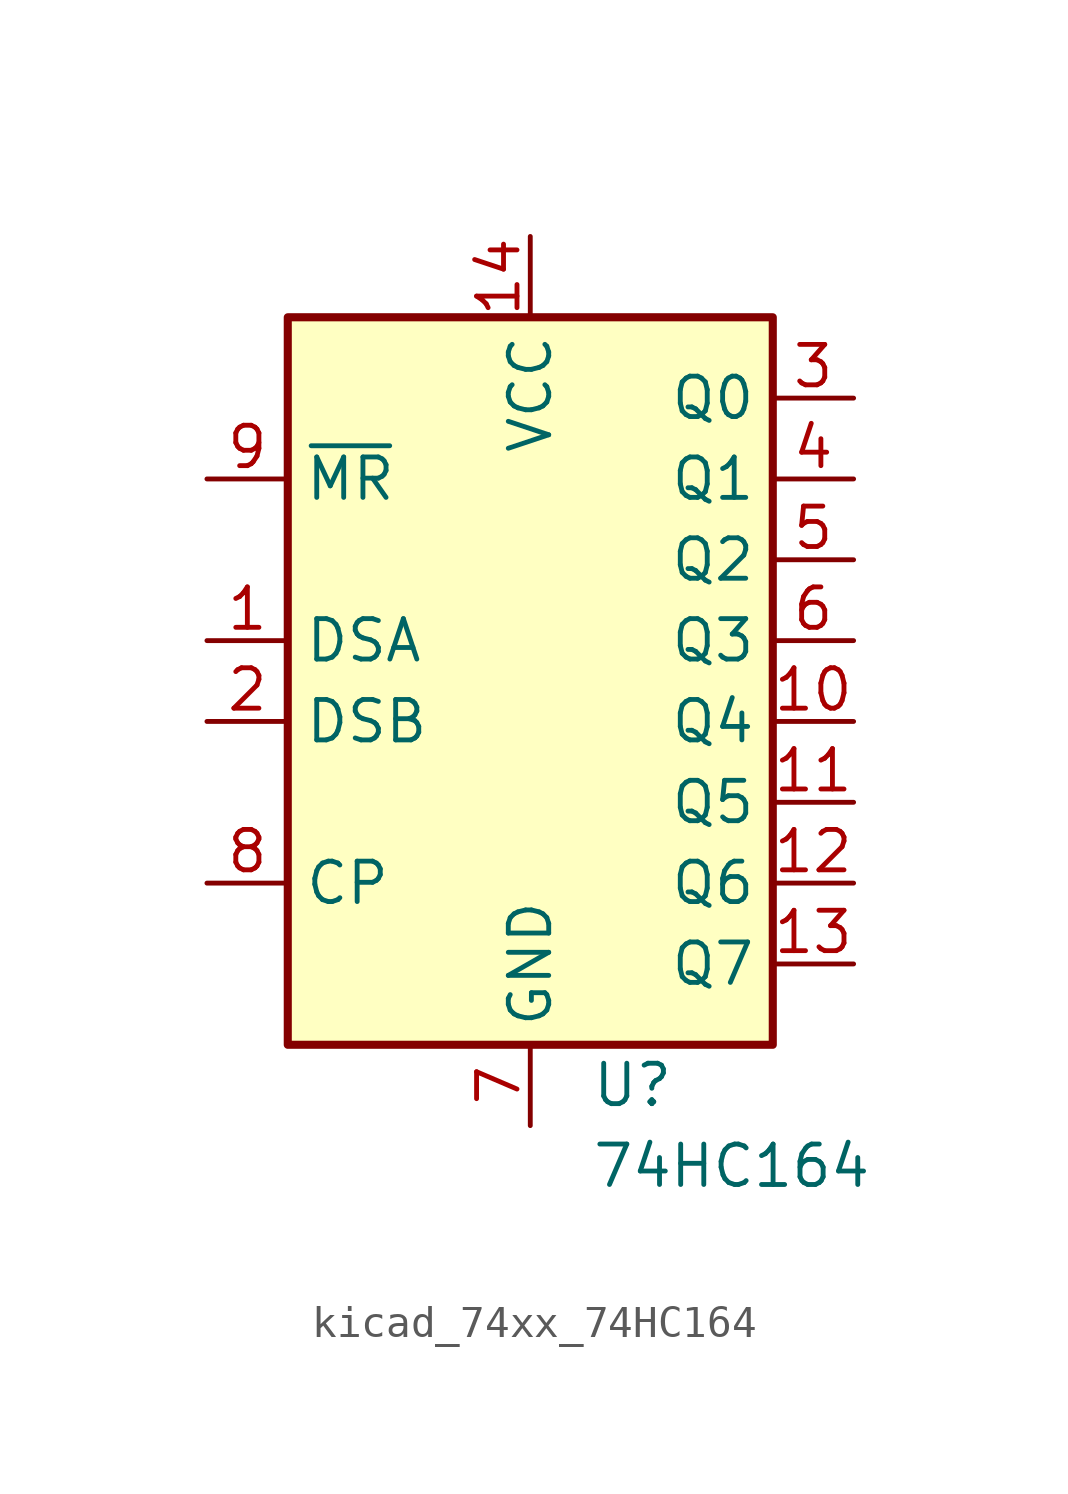
<source format=kicad_sym>
(kicad_symbol_lib
  (version 20220914)
  (generator kicad_symbol_editor)
  (symbol "kicad_74xx_74HC164"
    (property "Reference" "U"
      (at 1.905 -13.97 0)
      (effects (font (size 1.27 1.27)) (justify left)))
    (property "Value" "74HC164"
      (at 1.905 -16.51 0)
      (effects (font (size 1.27 1.27)) (justify left)))
    (symbol "kicad_74xx_74HC164_0_1"
      (rectangle (start 7.62 10.16) (end -7.62 -12.7) (stroke (width 0.254) (type default)) (fill (type background))))
    (symbol "kicad_74xx_74HC164_1_1"
      (pin input line (at -10.16 0 0) (length 2.54) (name "DSA" (effects (font (size 1.27 1.27)))) (number "1" (effects (font (size 1.27 1.27)))))
      (pin output line (at 10.16 -2.54 180) (length 2.54) (name "Q4" (effects (font (size 1.27 1.27)))) (number "10" (effects (font (size 1.27 1.27)))))
      (pin output line (at 10.16 -5.08 180) (length 2.54) (name "Q5" (effects (font (size 1.27 1.27)))) (number "11" (effects (font (size 1.27 1.27)))))
      (pin output line (at 10.16 -7.62 180) (length 2.54) (name "Q6" (effects (font (size 1.27 1.27)))) (number "12" (effects (font (size 1.27 1.27)))))
      (pin output line (at 10.16 -10.16 180) (length 2.54) (name "Q7" (effects (font (size 1.27 1.27)))) (number "13" (effects (font (size 1.27 1.27)))))
      (pin power_in line (at 0 12.7 270) (length 2.54) (name "VCC" (effects (font (size 1.27 1.27)))) (number "14" (effects (font (size 1.27 1.27)))))
      (pin input line (at -10.16 -2.54 0) (length 2.54) (name "DSB" (effects (font (size 1.27 1.27)))) (number "2" (effects (font (size 1.27 1.27)))))
      (pin output line (at 10.16 7.62 180) (length 2.54) (name "Q0" (effects (font (size 1.27 1.27)))) (number "3" (effects (font (size 1.27 1.27)))))
      (pin output line (at 10.16 5.08 180) (length 2.54) (name "Q1" (effects (font (size 1.27 1.27)))) (number "4" (effects (font (size 1.27 1.27)))))
      (pin output line (at 10.16 2.54 180) (length 2.54) (name "Q2" (effects (font (size 1.27 1.27)))) (number "5" (effects (font (size 1.27 1.27)))))
      (pin output line (at 10.16 0 180) (length 2.54) (name "Q3" (effects (font (size 1.27 1.27)))) (number "6" (effects (font (size 1.27 1.27)))))
      (pin power_in line (at 0 -15.24 90) (length 2.54) (name "GND" (effects (font (size 1.27 1.27)))) (number "7" (effects (font (size 1.27 1.27)))))
      (pin input line (at -10.16 -7.62 0) (length 2.54) (name "CP" (effects (font (size 1.27 1.27)))) (number "8" (effects (font (size 1.27 1.27)))))
      (pin input line (at -10.16 5.08 0) (length 2.54) (name "~{MR}" (effects (font (size 1.27 1.27)))) (number "9" (effects (font (size 1.27 1.27))))))))
</source>
